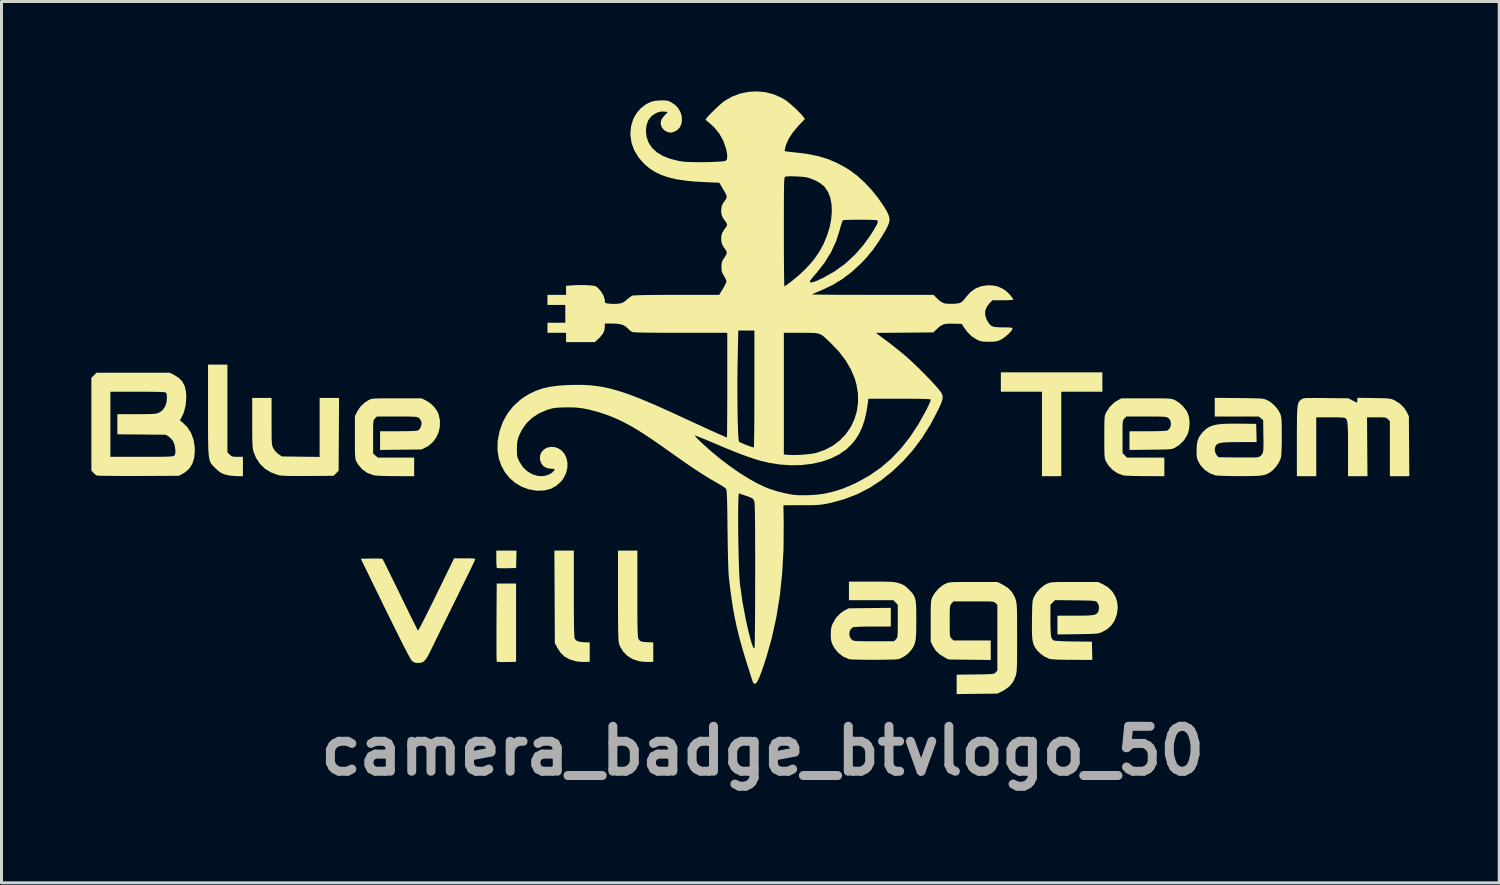
<source format=kicad_pcb>
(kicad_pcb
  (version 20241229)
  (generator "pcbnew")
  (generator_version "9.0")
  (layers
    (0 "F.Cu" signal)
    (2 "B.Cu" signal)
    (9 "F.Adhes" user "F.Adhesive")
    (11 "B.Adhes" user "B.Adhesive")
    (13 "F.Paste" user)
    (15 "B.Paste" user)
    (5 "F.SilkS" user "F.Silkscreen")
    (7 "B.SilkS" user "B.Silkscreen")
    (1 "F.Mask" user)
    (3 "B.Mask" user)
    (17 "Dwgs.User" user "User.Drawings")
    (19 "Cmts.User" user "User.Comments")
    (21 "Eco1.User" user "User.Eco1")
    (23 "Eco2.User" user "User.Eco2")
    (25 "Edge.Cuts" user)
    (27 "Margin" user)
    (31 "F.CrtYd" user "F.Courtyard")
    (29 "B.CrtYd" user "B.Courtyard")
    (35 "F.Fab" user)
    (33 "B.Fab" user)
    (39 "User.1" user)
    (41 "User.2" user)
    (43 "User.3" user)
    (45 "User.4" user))
  (footprint "camera_badge_btvlogo_50"
    (layer "F.Cu")
    (at 22.206 10.412)
    (property "Reference" "camera_badge_btvlogo_50" (at 0.2 11.6 0) (layer "F.Fab") (effects (font (size 1.5 1.5) (thickness 0.3))))
    (attr board_only exclude_from_pos_files exclude_from_bom)
    (fp_poly (pts (xy -8.024 5.205) (xy -8.031 5.496) (xy -8.343 5.504) (xy -8.465 5.505) (xy -8.568 5.503) (xy -8.641 5.499) (xy -8.673 5.493) (xy -8.673 5.493) (xy -8.68 5.461) (xy -8.686 5.389) (xy -8.69 5.288) (xy -8.691 5.195) (xy -8.691 4.914) (xy -8.354 4.914) (xy -8.017 4.914)) (stroke (width 0) (type solid)) (fill yes) (layer "F.SilkS"))
    (fp_poly (pts (xy 11.536 -0.711) (xy 11.536 -0.388) (xy 10.851 -0.388) (xy 10.165 -0.388) (xy 10.165 1.022) (xy 10.165 2.431) (xy 9.842 2.431) (xy 9.519 2.431) (xy 9.519 1.022) (xy 9.519 -0.388) (xy 8.833 -0.388) (xy 8.148 -0.388) (xy 8.148 -0.711) (xy 8.148 -1.035) (xy 9.842 -1.035) (xy 11.536 -1.035)) (stroke (width 0) (type solid)) (fill yes) (layer "F.SilkS"))
    (fp_poly (pts (xy -8.031 7.32) (xy -8.031 8.626) (xy -8.349 8.633) (xy -8.491 8.635) (xy -8.589 8.633) (xy -8.648 8.625) (xy -8.676 8.612) (xy -8.679 8.608) (xy -8.681 8.576) (xy -8.683 8.497) (xy -8.685 8.378) (xy -8.686 8.221) (xy -8.686 8.034) (xy -8.686 7.82) (xy -8.686 7.584) (xy -8.685 7.333) (xy -8.685 7.294) (xy -8.678 6.014) (xy -8.355 6.014) (xy -8.031 6.014)) (stroke (width 0) (type solid)) (fill yes) (layer "F.SilkS"))
    (fp_poly (pts (xy -6.104 6.349) (xy -6.104 6.701) (xy -6.103 7.003) (xy -6.1 7.257) (xy -6.097 7.463) (xy -6.093 7.624) (xy -6.088 7.741) (xy -6.082 7.815) (xy -6.076 7.846) (xy -6.037 7.903) (xy -5.976 7.941) (xy -5.883 7.963) (xy -5.755 7.973) (xy -5.574 7.98) (xy -5.574 8.303) (xy -5.574 8.626) (xy -5.742 8.631) (xy -5.86 8.628) (xy -5.983 8.616) (xy -6.053 8.604) (xy -6.254 8.541) (xy -6.417 8.449) (xy -6.549 8.322) (xy -6.649 8.169) (xy -6.738 8.005) (xy -6.745 6.46) (xy -6.753 4.914) (xy -6.429 4.914) (xy -6.104 4.914)) (stroke (width 0) (type solid)) (fill yes) (layer "F.SilkS"))
    (fp_poly (pts (xy -17.666 0.17) (xy -17.666 1.634) (xy -17.591 1.709) (xy -17.546 1.749) (xy -17.501 1.772) (xy -17.44 1.782) (xy -17.346 1.785) (xy -17.332 1.785) (xy -17.149 1.785) (xy -17.149 2.108) (xy -17.149 2.431) (xy -17.362 2.43) (xy -17.585 2.412) (xy -17.742 2.376) (xy -17.838 2.34) (xy -17.917 2.296) (xy -17.998 2.231) (xy -18.069 2.162) (xy -18.118 2.114) (xy -18.159 2.072) (xy -18.194 2.03) (xy -18.224 1.985) (xy -18.248 1.932) (xy -18.267 1.868) (xy -18.282 1.789) (xy -18.293 1.689) (xy -18.302 1.566) (xy -18.307 1.414) (xy -18.31 1.23) (xy -18.312 1.01) (xy -18.313 0.749) (xy -18.313 0.443) (xy -18.313 0.215) (xy -18.313 -1.293) (xy -17.99 -1.293) (xy -17.666 -1.293)) (stroke (width 0) (type solid)) (fill yes) (layer "F.SilkS"))
    (fp_poly (pts (xy -3.983 6.351) (xy -3.983 6.666) (xy -3.983 6.934) (xy -3.982 7.158) (xy -3.98 7.342) (xy -3.978 7.491) (xy -3.974 7.608) (xy -3.97 7.698) (xy -3.965 7.765) (xy -3.959 7.812) (xy -3.952 7.845) (xy -3.944 7.864) (xy -3.915 7.909) (xy -3.876 7.939) (xy -3.815 7.957) (xy -3.723 7.968) (xy -3.621 7.973) (xy -3.453 7.98) (xy -3.453 8.303) (xy -3.453 8.626) (xy -3.621 8.631) (xy -3.745 8.628) (xy -3.88 8.613) (xy -3.955 8.599) (xy -4.148 8.533) (xy -4.318 8.426) (xy -4.458 8.285) (xy -4.56 8.117) (xy -4.595 8.024) (xy -4.602 7.988) (xy -4.609 7.934) (xy -4.615 7.858) (xy -4.619 7.757) (xy -4.623 7.626) (xy -4.626 7.462) (xy -4.628 7.261) (xy -4.629 7.02) (xy -4.63 6.734) (xy -4.63 6.411) (xy -4.63 4.914) (xy -4.307 4.914) (xy -3.983 4.914)) (stroke (width 0) (type solid)) (fill yes) (layer "F.SilkS"))
    (fp_poly (pts (xy -16.192 0.602) (xy -16.192 0.825) (xy -16.191 1.002) (xy -16.19 1.139) (xy -16.187 1.244) (xy -16.182 1.322) (xy -16.175 1.38) (xy -16.166 1.423) (xy -16.154 1.459) (xy -16.138 1.492) (xy -16.134 1.501) (xy -16.066 1.599) (xy -15.975 1.685) (xy -15.963 1.694) (xy -15.851 1.772) (xy -15.22 1.78) (xy -14.588 1.788) (xy -14.588 0.803) (xy -14.588 -0.181) (xy -14.264 -0.181) (xy -13.94 -0.181) (xy -13.947 1.034) (xy -13.954 2.249) (xy -14.039 2.334) (xy -14.124 2.418) (xy -14.983 2.424) (xy -15.234 2.425) (xy -15.439 2.424) (xy -15.603 2.423) (xy -15.732 2.419) (xy -15.831 2.413) (xy -15.906 2.406) (xy -15.962 2.396) (xy -15.978 2.392) (xy -16.216 2.303) (xy -16.418 2.178) (xy -16.584 2.016) (xy -16.712 1.819) (xy -16.79 1.626) (xy -16.804 1.578) (xy -16.814 1.525) (xy -16.823 1.463) (xy -16.829 1.384) (xy -16.833 1.282) (xy -16.836 1.152) (xy -16.838 0.985) (xy -16.838 0.777) (xy -16.838 0.644) (xy -16.838 -0.181) (xy -16.515 -0.181) (xy -16.192 -0.181)) (stroke (width 0) (type solid)) (fill yes) (layer "F.SilkS"))
    (fp_poly (pts (xy -9.601 5.173) (xy -9.503 5.175) (xy -9.442 5.18) (xy -9.41 5.188) (xy -9.398 5.201) (xy -9.401 5.22) (xy -9.402 5.224) (xy -9.416 5.257) (xy -9.451 5.331) (xy -9.505 5.443) (xy -9.575 5.588) (xy -9.66 5.762) (xy -9.757 5.96) (xy -9.864 6.178) (xy -9.979 6.412) (xy -10.053 6.563) (xy -10.178 6.817) (xy -10.302 7.068) (xy -10.421 7.31) (xy -10.533 7.537) (xy -10.634 7.744) (xy -10.723 7.924) (xy -10.795 8.072) (xy -10.849 8.182) (xy -10.863 8.212) (xy -10.942 8.371) (xy -11.008 8.488) (xy -11.066 8.569) (xy -11.122 8.622) (xy -11.183 8.651) (xy -11.255 8.663) (xy -11.313 8.665) (xy -11.404 8.656) (xy -11.473 8.623) (xy -11.508 8.594) (xy -11.536 8.555) (xy -11.584 8.474) (xy -11.652 8.348) (xy -11.741 8.178) (xy -11.851 7.963) (xy -11.981 7.703) (xy -12.133 7.398) (xy -12.306 7.046) (xy -12.4 6.854) (xy -13.215 5.186) (xy -12.863 5.179) (xy -12.732 5.178) (xy -12.621 5.179) (xy -12.538 5.183) (xy -12.494 5.19) (xy -12.49 5.192) (xy -12.476 5.218) (xy -12.44 5.287) (xy -12.387 5.393) (xy -12.318 5.532) (xy -12.235 5.7) (xy -12.141 5.893) (xy -12.037 6.104) (xy -11.926 6.331) (xy -11.898 6.389) (xy -11.786 6.619) (xy -11.681 6.835) (xy -11.584 7.032) (xy -11.498 7.206) (xy -11.425 7.353) (xy -11.368 7.467) (xy -11.328 7.546) (xy -11.308 7.583) (xy -11.307 7.585) (xy -11.292 7.566) (xy -11.257 7.505) (xy -11.204 7.406) (xy -11.135 7.273) (xy -11.052 7.11) (xy -10.957 6.922) (xy -10.853 6.712) (xy -10.741 6.486) (xy -10.694 6.389) (xy -10.101 5.173) (xy -9.743 5.173)) (stroke (width 0) (type solid)) (fill yes) (layer "F.SilkS"))
    (fp_poly (pts (xy 20.595 -0.176) (xy 20.779 -0.173) (xy 20.918 -0.17) (xy 21.023 -0.165) (xy 21.101 -0.159) (xy 21.16 -0.149) (xy 21.209 -0.135) (xy 21.256 -0.116) (xy 21.291 -0.1) (xy 21.467 0.01) (xy 21.612 0.156) (xy 21.702 0.299) (xy 21.766 0.427) (xy 21.773 1.429) (xy 21.781 2.431) (xy 21.457 2.431) (xy 21.132 2.431) (xy 21.132 1.512) (xy 21.132 0.593) (xy 21.069 0.529) (xy 21.039 0.502) (xy 21.007 0.485) (xy 20.962 0.474) (xy 20.894 0.468) (xy 20.792 0.466) (xy 20.687 0.466) (xy 20.369 0.466) (xy 20.377 1.448) (xy 20.384 2.431) (xy 20.06 2.431) (xy 19.735 2.431) (xy 19.735 1.538) (xy 19.735 1.281) (xy 19.734 1.072) (xy 19.731 0.904) (xy 19.725 0.773) (xy 19.717 0.673) (xy 19.706 0.601) (xy 19.691 0.551) (xy 19.672 0.517) (xy 19.647 0.496) (xy 19.618 0.482) (xy 19.579 0.476) (xy 19.498 0.472) (xy 19.384 0.468) (xy 19.246 0.466) (xy 19.125 0.466) (xy 18.675 0.466) (xy 18.675 1.448) (xy 18.675 2.431) (xy 18.352 2.431) (xy 18.028 2.431) (xy 18.028 1.267) (xy 18.028 0.976) (xy 18.029 0.733) (xy 18.031 0.533) (xy 18.034 0.37) (xy 18.039 0.241) (xy 18.047 0.14) (xy 18.057 0.063) (xy 18.071 0.005) (xy 18.089 -0.038) (xy 18.111 -0.071) (xy 18.139 -0.098) (xy 18.171 -0.125) (xy 18.173 -0.126) (xy 18.195 -0.143) (xy 18.219 -0.156) (xy 18.251 -0.166) (xy 18.296 -0.172) (xy 18.361 -0.177) (xy 18.453 -0.179) (xy 18.576 -0.18) (xy 18.738 -0.179) (xy 18.944 -0.177) (xy 18.997 -0.176) (xy 19.748 -0.168) (xy 19.886 -0.097) (xy 19.961 -0.059) (xy 20.015 -0.033) (xy 20.035 -0.026) (xy 20.043 -0.048) (xy 20.046 -0.103) (xy 20.046 -0.105) (xy 20.046 -0.185)) (stroke (width 0) (type solid)) (fill yes) (layer "F.SilkS"))
    (fp_poly (pts (xy -11.039 -0.096) (xy -10.895 -0.004) (xy -10.767 0.118) (xy -10.667 0.256) (xy -10.617 0.365) (xy -10.573 0.569) (xy -10.575 0.772) (xy -10.618 0.968) (xy -10.7 1.147) (xy -10.817 1.303) (xy -10.967 1.426) (xy -11.039 1.466) (xy -11.187 1.539) (xy -11.879 1.547) (xy -12.571 1.555) (xy -12.571 1.243) (xy -12.571 0.931) (xy -11.961 0.931) (xy -11.743 0.93) (xy -11.565 0.926) (xy -11.429 0.92) (xy -11.339 0.912) (xy -11.299 0.903) (xy -11.243 0.848) (xy -11.203 0.763) (xy -11.187 0.669) (xy -11.191 0.622) (xy -11.223 0.547) (xy -11.271 0.491) (xy -11.294 0.475) (xy -11.322 0.463) (xy -11.361 0.454) (xy -11.419 0.448) (xy -11.501 0.444) (xy -11.614 0.441) (xy -11.765 0.44) (xy -11.96 0.44) (xy -12.006 0.44) (xy -12.676 0.44) (xy -12.74 0.503) (xy -12.761 0.525) (xy -12.777 0.548) (xy -12.788 0.58) (xy -12.795 0.628) (xy -12.8 0.698) (xy -12.802 0.798) (xy -12.803 0.936) (xy -12.803 1.118) (xy -12.803 1.122) (xy -12.803 1.677) (xy -12.724 1.744) (xy -12.644 1.811) (xy -12.038 1.811) (xy -11.433 1.811) (xy -11.433 2.121) (xy -11.433 2.431) (xy -12.06 2.43) (xy -12.307 2.427) (xy -12.508 2.422) (xy -12.662 2.414) (xy -12.768 2.403) (xy -12.805 2.396) (xy -13.003 2.318) (xy -13.17 2.199) (xy -13.305 2.039) (xy -13.354 1.956) (xy -13.371 1.922) (xy -13.384 1.888) (xy -13.394 1.845) (xy -13.401 1.789) (xy -13.406 1.712) (xy -13.409 1.607) (xy -13.411 1.469) (xy -13.411 1.29) (xy -13.411 1.138) (xy -13.411 0.427) (xy -13.339 0.28) (xy -13.228 0.111) (xy -13.076 -0.031) (xy -12.953 -0.109) (xy -12.921 -0.125) (xy -12.889 -0.138) (xy -12.851 -0.148) (xy -12.801 -0.156) (xy -12.733 -0.161) (xy -12.641 -0.165) (xy -12.519 -0.167) (xy -12.361 -0.168) (xy -12.161 -0.168) (xy -12.015 -0.168) (xy -11.187 -0.168)) (stroke (width 0) (type solid)) (fill yes) (layer "F.SilkS"))
    (fp_poly (pts (xy -19.445 -0.949) (xy -19.288 -0.85) (xy -19.171 -0.727) (xy -19.091 -0.575) (xy -19.048 -0.389) (xy -19.037 -0.208) (xy -19.058 0.062) (xy -19.119 0.301) (xy -19.184 0.444) (xy -19.252 0.568) (xy -19.177 0.627) (xy -19.009 0.789) (xy -18.883 0.98) (xy -18.799 1.201) (xy -18.758 1.452) (xy -18.753 1.587) (xy -18.773 1.814) (xy -18.833 2.008) (xy -18.933 2.169) (xy -19.073 2.297) (xy -19.144 2.341) (xy -19.283 2.418) (xy -20.628 2.424) (xy -20.888 2.424) (xy -21.134 2.424) (xy -21.36 2.423) (xy -21.561 2.421) (xy -21.733 2.419) (xy -21.869 2.416) (xy -21.966 2.413) (xy -22.018 2.409) (xy -22.025 2.407) (xy -22.077 2.373) (xy -22.136 2.321) (xy -22.141 2.316) (xy -22.206 2.246) (xy -22.206 0.697) (xy -22.206 -0.388) (xy -21.572 -0.388) (xy -21.572 0.698) (xy -21.572 1.785) (xy -20.526 1.785) (xy -20.264 1.785) (xy -20.049 1.784) (xy -19.876 1.783) (xy -19.74 1.781) (xy -19.636 1.777) (xy -19.56 1.773) (xy -19.507 1.767) (xy -19.472 1.76) (xy -19.449 1.751) (xy -19.437 1.741) (xy -19.412 1.702) (xy -19.402 1.642) (xy -19.404 1.547) (xy -19.404 1.541) (xy -19.434 1.368) (xy -19.497 1.232) (xy -19.595 1.13) (xy -19.615 1.116) (xy -19.719 1.048) (xy -20.529 1.04) (xy -21.339 1.033) (xy -21.339 0.697) (xy -21.339 0.362) (xy -20.699 0.362) (xy -20.496 0.361) (xy -20.338 0.359) (xy -20.218 0.356) (xy -20.128 0.352) (xy -20.062 0.344) (xy -20.012 0.334) (xy -19.971 0.321) (xy -19.953 0.313) (xy -19.834 0.232) (xy -19.748 0.113) (xy -19.698 -0.039) (xy -19.684 -0.193) (xy -19.689 -0.275) (xy -19.704 -0.338) (xy -19.715 -0.357) (xy -19.738 -0.366) (xy -19.792 -0.373) (xy -19.88 -0.379) (xy -20.005 -0.383) (xy -20.172 -0.386) (xy -20.382 -0.387) (xy -20.64 -0.388) (xy -20.659 -0.388) (xy -21.572 -0.388) (xy -22.206 -0.388) (xy -22.206 -0.853) (xy -22.121 -0.937) (xy -22.036 -1.022) (xy -20.815 -1.022) (xy -19.593 -1.022)) (stroke (width 0) (type solid)) (fill yes) (layer "F.SilkS"))
    (fp_poly (pts (xy 13.226 -0.168) (xy 13.41 -0.167) (xy 13.554 -0.166) (xy 13.665 -0.163) (xy 13.748 -0.159) (xy 13.811 -0.153) (xy 13.859 -0.144) (xy 13.898 -0.133) (xy 13.935 -0.118) (xy 13.96 -0.107) (xy 14.09 -0.027) (xy 14.217 0.087) (xy 14.325 0.219) (xy 14.388 0.331) (xy 14.433 0.482) (xy 14.447 0.657) (xy 14.433 0.839) (xy 14.389 1.008) (xy 14.37 1.054) (xy 14.263 1.23) (xy 14.115 1.379) (xy 13.964 1.479) (xy 13.928 1.497) (xy 13.892 1.511) (xy 13.85 1.522) (xy 13.793 1.53) (xy 13.716 1.535) (xy 13.612 1.54) (xy 13.474 1.543) (xy 13.296 1.545) (xy 13.146 1.547) (xy 12.441 1.555) (xy 12.441 1.243) (xy 12.441 0.931) (xy 13.051 0.931) (xy 13.252 0.93) (xy 13.423 0.927) (xy 13.559 0.921) (xy 13.656 0.915) (xy 13.706 0.906) (xy 13.71 0.905) (xy 13.781 0.84) (xy 13.82 0.75) (xy 13.825 0.65) (xy 13.796 0.556) (xy 13.743 0.493) (xy 13.72 0.476) (xy 13.693 0.464) (xy 13.655 0.455) (xy 13.6 0.448) (xy 13.521 0.444) (xy 13.412 0.441) (xy 13.267 0.44) (xy 13.078 0.44) (xy 13.006 0.44) (xy 12.335 0.44) (xy 12.272 0.508) (xy 12.251 0.532) (xy 12.235 0.557) (xy 12.224 0.591) (xy 12.216 0.64) (xy 12.212 0.712) (xy 12.209 0.815) (xy 12.209 0.956) (xy 12.209 1.118) (xy 12.209 1.659) (xy 12.284 1.735) (xy 12.36 1.811) (xy 12.983 1.811) (xy 13.605 1.811) (xy 13.605 2.121) (xy 13.605 2.431) (xy 12.965 2.429) (xy 12.782 2.427) (xy 12.612 2.424) (xy 12.462 2.419) (xy 12.342 2.414) (xy 12.258 2.408) (xy 12.228 2.403) (xy 12.044 2.334) (xy 11.878 2.222) (xy 11.741 2.076) (xy 11.661 1.945) (xy 11.643 1.907) (xy 11.629 1.869) (xy 11.618 1.826) (xy 11.611 1.769) (xy 11.606 1.693) (xy 11.603 1.59) (xy 11.601 1.453) (xy 11.601 1.277) (xy 11.601 1.125) (xy 11.601 0.916) (xy 11.602 0.752) (xy 11.604 0.627) (xy 11.607 0.533) (xy 11.613 0.463) (xy 11.621 0.411) (xy 11.632 0.37) (xy 11.647 0.334) (xy 11.66 0.307) (xy 11.779 0.122) (xy 11.929 -0.025) (xy 12.031 -0.091) (xy 12.17 -0.168) (xy 12.997 -0.168)) (stroke (width 0) (type solid)) (fill yes) (layer "F.SilkS"))
    (fp_poly (pts (xy 4.045 5.949) (xy 4.221 5.95) (xy 4.358 5.953) (xy 4.465 5.957) (xy 4.548 5.962) (xy 4.614 5.971) (xy 4.671 5.982) (xy 4.725 5.996) (xy 4.749 6.003) (xy 4.846 6.038) (xy 4.924 6.079) (xy 5 6.138) (xy 5.085 6.218) (xy 5.154 6.29) (xy 5.208 6.355) (xy 5.25 6.422) (xy 5.281 6.497) (xy 5.302 6.588) (xy 5.316 6.702) (xy 5.323 6.846) (xy 5.326 7.026) (xy 5.326 7.251) (xy 5.326 7.266) (xy 5.325 7.484) (xy 5.321 7.658) (xy 5.314 7.796) (xy 5.301 7.905) (xy 5.282 7.993) (xy 5.255 8.068) (xy 5.22 8.138) (xy 5.173 8.21) (xy 5.154 8.237) (xy 5.052 8.35) (xy 4.92 8.449) (xy 4.781 8.52) (xy 4.734 8.536) (xy 4.685 8.542) (xy 4.592 8.548) (xy 4.464 8.552) (xy 4.309 8.555) (xy 4.136 8.558) (xy 3.953 8.559) (xy 3.768 8.559) (xy 3.589 8.557) (xy 3.424 8.555) (xy 3.282 8.551) (xy 3.171 8.547) (xy 3.098 8.541) (xy 3.078 8.537) (xy 2.887 8.453) (xy 2.722 8.326) (xy 2.59 8.165) (xy 2.538 8.07) (xy 2.503 7.985) (xy 2.482 7.906) (xy 2.473 7.81) (xy 2.472 7.708) (xy 2.476 7.584) (xy 2.488 7.49) (xy 2.513 7.406) (xy 2.544 7.333) (xy 2.656 7.146) (xy 2.804 6.997) (xy 2.936 6.91) (xy 3.065 6.841) (xy 3.77 6.833) (xy 4.475 6.825) (xy 4.475 7.137) (xy 4.475 7.449) (xy 3.865 7.449) (xy 3.664 7.45) (xy 3.493 7.454) (xy 3.357 7.459) (xy 3.26 7.466) (xy 3.21 7.474) (xy 3.206 7.476) (xy 3.135 7.54) (xy 3.097 7.63) (xy 3.091 7.73) (xy 3.12 7.824) (xy 3.173 7.888) (xy 3.196 7.904) (xy 3.223 7.916) (xy 3.261 7.926) (xy 3.316 7.932) (xy 3.395 7.937) (xy 3.504 7.939) (xy 3.649 7.94) (xy 3.838 7.941) (xy 3.91 7.941) (xy 4.581 7.941) (xy 4.644 7.877) (xy 4.665 7.855) (xy 4.681 7.832) (xy 4.692 7.8) (xy 4.7 7.752) (xy 4.704 7.681) (xy 4.707 7.579) (xy 4.707 7.441) (xy 4.708 7.267) (xy 4.708 6.721) (xy 4.632 6.645) (xy 4.556 6.57) (xy 3.817 6.57) (xy 3.078 6.57) (xy 3.078 6.259) (xy 3.078 5.949) (xy 3.825 5.949)) (stroke (width 0) (type solid)) (fill yes) (layer "F.SilkS"))
    (fp_poly (pts (xy 11.555 6.037) (xy 11.732 6.144) (xy 11.871 6.284) (xy 11.972 6.449) (xy 12.032 6.633) (xy 12.049 6.83) (xy 12.022 7.033) (xy 11.949 7.236) (xy 11.929 7.276) (xy 11.825 7.425) (xy 11.684 7.546) (xy 11.537 7.627) (xy 11.492 7.647) (xy 11.45 7.663) (xy 11.404 7.675) (xy 11.346 7.684) (xy 11.27 7.69) (xy 11.167 7.695) (xy 11.033 7.698) (xy 10.858 7.701) (xy 10.715 7.704) (xy 10.036 7.714) (xy 10.036 7.4) (xy 10.036 7.087) (xy 10.619 7.087) (xy 10.833 7.086) (xy 11.003 7.083) (xy 11.132 7.076) (xy 11.229 7.064) (xy 11.298 7.046) (xy 11.345 7.021) (xy 11.378 6.987) (xy 11.402 6.944) (xy 11.405 6.936) (xy 11.426 6.833) (xy 11.411 6.728) (xy 11.364 6.644) (xy 11.352 6.632) (xy 11.332 6.617) (xy 11.304 6.605) (xy 11.263 6.596) (xy 11.202 6.589) (xy 11.115 6.584) (xy 10.995 6.581) (xy 10.836 6.578) (xy 10.632 6.575) (xy 10.627 6.575) (xy 9.957 6.567) (xy 9.88 6.644) (xy 9.803 6.721) (xy 9.803 7.239) (xy 9.804 7.436) (xy 9.808 7.588) (xy 9.815 7.702) (xy 9.827 7.784) (xy 9.845 7.841) (xy 9.87 7.879) (xy 9.903 7.905) (xy 9.916 7.912) (xy 9.962 7.923) (xy 10.057 7.931) (xy 10.197 7.939) (xy 10.378 7.944) (xy 10.579 7.947) (xy 11.187 7.954) (xy 11.194 8.258) (xy 11.201 8.562) (xy 10.535 8.56) (xy 10.291 8.558) (xy 10.097 8.554) (xy 9.947 8.548) (xy 9.84 8.539) (xy 9.771 8.528) (xy 9.762 8.525) (xy 9.616 8.459) (xy 9.474 8.36) (xy 9.356 8.241) (xy 9.339 8.219) (xy 9.292 8.151) (xy 9.255 8.082) (xy 9.227 8.007) (xy 9.207 7.917) (xy 9.194 7.807) (xy 9.187 7.668) (xy 9.185 7.494) (xy 9.186 7.277) (xy 9.187 7.209) (xy 9.19 7.011) (xy 9.193 6.857) (xy 9.197 6.739) (xy 9.203 6.652) (xy 9.211 6.587) (xy 9.223 6.536) (xy 9.237 6.494) (xy 9.252 6.461) (xy 9.334 6.324) (xy 9.447 6.193) (xy 9.576 6.085) (xy 9.681 6.023) (xy 9.721 6.006) (xy 9.759 5.992) (xy 9.802 5.982) (xy 9.856 5.974) (xy 9.928 5.969) (xy 10.024 5.965) (xy 10.15 5.963) (xy 10.313 5.962) (xy 10.519 5.962) (xy 10.605 5.962) (xy 11.394 5.962)) (stroke (width 0) (type solid)) (fill yes) (layer "F.SilkS"))
    (fp_poly (pts (xy 16.095 -0.176) (xy 16.321 -0.174) (xy 16.502 -0.171) (xy 16.644 -0.168) (xy 16.753 -0.164) (xy 16.835 -0.159) (xy 16.897 -0.152) (xy 16.944 -0.142) (xy 16.984 -0.13) (xy 17.023 -0.114) (xy 17.038 -0.107) (xy 17.167 -0.029) (xy 17.292 0.083) (xy 17.398 0.212) (xy 17.471 0.342) (xy 17.474 0.349) (xy 17.49 0.396) (xy 17.502 0.446) (xy 17.511 0.508) (xy 17.517 0.589) (xy 17.521 0.697) (xy 17.523 0.839) (xy 17.524 1.022) (xy 17.524 1.099) (xy 17.523 1.341) (xy 17.518 1.532) (xy 17.511 1.678) (xy 17.501 1.778) (xy 17.491 1.828) (xy 17.429 1.97) (xy 17.334 2.112) (xy 17.222 2.234) (xy 17.18 2.268) (xy 17.117 2.313) (xy 17.054 2.349) (xy 16.985 2.377) (xy 16.904 2.398) (xy 16.803 2.413) (xy 16.677 2.422) (xy 16.518 2.427) (xy 16.321 2.429) (xy 16.103 2.429) (xy 15.913 2.427) (xy 15.734 2.424) (xy 15.576 2.42) (xy 15.447 2.415) (xy 15.353 2.409) (xy 15.306 2.403) (xy 15.122 2.334) (xy 14.956 2.222) (xy 14.819 2.076) (xy 14.739 1.945) (xy 14.71 1.878) (xy 14.692 1.811) (xy 14.683 1.727) (xy 14.68 1.612) (xy 14.68 1.565) (xy 14.688 1.388) (xy 14.714 1.246) (xy 14.764 1.126) (xy 14.842 1.012) (xy 14.896 0.95) (xy 14.974 0.874) (xy 15.057 0.812) (xy 15.15 0.764) (xy 15.261 0.728) (xy 15.396 0.702) (xy 15.56 0.686) (xy 15.76 0.679) (xy 16.003 0.677) (xy 16.128 0.678) (xy 16.67 0.685) (xy 16.678 0.989) (xy 16.685 1.293) (xy 16.122 1.293) (xy 15.902 1.295) (xy 15.728 1.299) (xy 15.594 1.307) (xy 15.493 1.319) (xy 15.42 1.337) (xy 15.37 1.361) (xy 15.335 1.392) (xy 15.326 1.404) (xy 15.29 1.495) (xy 15.292 1.601) (xy 15.329 1.699) (xy 15.349 1.725) (xy 15.411 1.798) (xy 16.028 1.806) (xy 16.206 1.807) (xy 16.372 1.807) (xy 16.516 1.806) (xy 16.63 1.804) (xy 16.706 1.8) (xy 16.73 1.798) (xy 16.816 1.759) (xy 16.866 1.699) (xy 16.884 1.668) (xy 16.896 1.632) (xy 16.905 1.584) (xy 16.91 1.517) (xy 16.913 1.423) (xy 16.913 1.293) (xy 16.911 1.12) (xy 16.91 1.091) (xy 16.903 0.564) (xy 16.831 0.502) (xy 16.758 0.44) (xy 16.022 0.44) (xy 15.287 0.44) (xy 15.287 0.128) (xy 15.287 -0.184)) (stroke (width 0) (type solid)) (fill yes) (layer "F.SilkS"))
    (fp_poly (pts (xy 8.205 6.047) (xy 8.384 6.159) (xy 8.519 6.297) (xy 8.614 6.466) (xy 8.639 6.538) (xy 8.652 6.581) (xy 8.662 6.626) (xy 8.67 6.677) (xy 8.677 6.741) (xy 8.682 6.821) (xy 8.686 6.924) (xy 8.688 7.055) (xy 8.69 7.219) (xy 8.69 7.421) (xy 8.691 7.667) (xy 8.691 7.824) (xy 8.691 8.097) (xy 8.69 8.322) (xy 8.689 8.507) (xy 8.687 8.655) (xy 8.684 8.773) (xy 8.68 8.866) (xy 8.674 8.938) (xy 8.667 8.996) (xy 8.658 9.043) (xy 8.646 9.087) (xy 8.639 9.111) (xy 8.559 9.292) (xy 8.44 9.441) (xy 8.277 9.563) (xy 8.205 9.602) (xy 8.033 9.687) (xy 7.353 9.695) (xy 6.673 9.703) (xy 6.673 9.379) (xy 6.673 9.056) (xy 7.293 9.048) (xy 7.488 9.045) (xy 7.638 9.042) (xy 7.75 9.039) (xy 7.83 9.034) (xy 7.885 9.027) (xy 7.921 9.017) (xy 7.947 9.004) (xy 7.967 8.987) (xy 7.972 8.981) (xy 8.031 8.922) (xy 8.031 7.824) (xy 8.031 6.726) (xy 7.972 6.668) (xy 7.953 6.65) (xy 7.932 6.636) (xy 7.902 6.626) (xy 7.856 6.618) (xy 7.789 6.613) (xy 7.694 6.611) (xy 7.565 6.609) (xy 7.396 6.609) (xy 7.239 6.609) (xy 6.565 6.609) (xy 6.503 6.681) (xy 6.482 6.707) (xy 6.466 6.735) (xy 6.455 6.771) (xy 6.448 6.824) (xy 6.443 6.9) (xy 6.441 7.009) (xy 6.441 7.156) (xy 6.441 7.271) (xy 6.441 7.447) (xy 6.442 7.578) (xy 6.444 7.673) (xy 6.45 7.739) (xy 6.458 7.782) (xy 6.471 7.812) (xy 6.488 7.835) (xy 6.504 7.851) (xy 6.568 7.915) (xy 7.189 7.915) (xy 7.811 7.915) (xy 7.811 8.24) (xy 7.811 8.565) (xy 7.107 8.557) (xy 6.402 8.549) (xy 6.267 8.477) (xy 6.104 8.376) (xy 5.983 8.262) (xy 5.891 8.124) (xy 5.879 8.101) (xy 5.807 7.954) (xy 5.807 7.268) (xy 5.807 7.061) (xy 5.808 6.898) (xy 5.81 6.773) (xy 5.814 6.68) (xy 5.82 6.61) (xy 5.829 6.558) (xy 5.841 6.515) (xy 5.856 6.477) (xy 5.863 6.461) (xy 5.946 6.324) (xy 6.059 6.193) (xy 6.187 6.085) (xy 6.293 6.023) (xy 6.332 6.006) (xy 6.37 5.992) (xy 6.412 5.982) (xy 6.466 5.974) (xy 6.537 5.969) (xy 6.632 5.965) (xy 6.757 5.963) (xy 6.918 5.962) (xy 7.122 5.962) (xy 7.23 5.962) (xy 8.032 5.962)) (stroke (width 0) (type solid)) (fill yes) (layer "F.SilkS"))
    (fp_poly (pts (xy 0.296 -10.384) (xy 0.572 -10.312) (xy 0.832 -10.197) (xy 0.973 -10.111) (xy 1.065 -10.04) (xy 1.175 -9.947) (xy 1.291 -9.842) (xy 1.4 -9.735) (xy 1.493 -9.639) (xy 1.556 -9.563) (xy 1.556 -9.563) (xy 1.608 -9.491) (xy 1.392 -9.264) (xy 1.211 -9.051) (xy 1.072 -8.839) (xy 0.979 -8.632) (xy 0.956 -8.554) (xy 0.94 -8.48) (xy 0.934 -8.43) (xy 0.936 -8.418) (xy 0.965 -8.412) (xy 1.036 -8.402) (xy 1.14 -8.389) (xy 1.269 -8.375) (xy 1.347 -8.368) (xy 1.724 -8.319) (xy 2.063 -8.249) (xy 2.375 -8.153) (xy 2.671 -8.028) (xy 2.962 -7.87) (xy 3.125 -7.767) (xy 3.361 -7.591) (xy 3.599 -7.374) (xy 3.831 -7.127) (xy 4.047 -6.861) (xy 4.237 -6.586) (xy 4.318 -6.451) (xy 4.383 -6.328) (xy 4.422 -6.225) (xy 4.434 -6.131) (xy 4.419 -6.033) (xy 4.376 -5.921) (xy 4.304 -5.782) (xy 4.27 -5.722) (xy 4.075 -5.404) (xy 3.877 -5.123) (xy 3.665 -4.867) (xy 3.478 -4.669) (xy 3.179 -4.393) (xy 2.877 -4.161) (xy 2.559 -3.965) (xy 2.215 -3.798) (xy 2.13 -3.762) (xy 2.02 -3.717) (xy 1.929 -3.678) (xy 1.866 -3.649) (xy 1.843 -3.636) (xy 1.866 -3.634) (xy 1.937 -3.632) (xy 2.051 -3.63) (xy 2.206 -3.628) (xy 2.397 -3.626) (xy 2.621 -3.624) (xy 2.873 -3.623) (xy 3.149 -3.622) (xy 3.447 -3.622) (xy 3.761 -3.621) (xy 3.865 -3.621) (xy 5.903 -3.621) (xy 6.021 -3.502) (xy 6.11 -3.419) (xy 6.192 -3.365) (xy 6.281 -3.334) (xy 6.392 -3.322) (xy 6.536 -3.322) (xy 6.666 -3.329) (xy 6.759 -3.344) (xy 6.83 -3.375) (xy 6.892 -3.429) (xy 6.96 -3.512) (xy 6.979 -3.537) (xy 7.131 -3.708) (xy 7.298 -3.831) (xy 7.483 -3.907) (xy 7.689 -3.938) (xy 7.731 -3.939) (xy 7.903 -3.931) (xy 8.048 -3.899) (xy 8.185 -3.839) (xy 8.259 -3.795) (xy 8.33 -3.743) (xy 8.405 -3.672) (xy 8.476 -3.596) (xy 8.531 -3.526) (xy 8.56 -3.473) (xy 8.562 -3.462) (xy 8.537 -3.454) (xy 8.471 -3.447) (xy 8.371 -3.443) (xy 8.249 -3.44) (xy 8.214 -3.44) (xy 7.867 -3.44) (xy 7.787 -3.36) (xy 7.681 -3.227) (xy 7.627 -3.09) (xy 7.624 -2.947) (xy 7.673 -2.798) (xy 7.709 -2.731) (xy 7.758 -2.658) (xy 7.807 -2.605) (xy 7.868 -2.57) (xy 7.949 -2.549) (xy 8.059 -2.539) (xy 8.209 -2.535) (xy 8.258 -2.535) (xy 8.383 -2.534) (xy 8.465 -2.53) (xy 8.512 -2.521) (xy 8.532 -2.508) (xy 8.536 -2.495) (xy 8.516 -2.446) (xy 8.463 -2.378) (xy 8.387 -2.301) (xy 8.299 -2.226) (xy 8.209 -2.161) (xy 8.151 -2.128) (xy 8.076 -2.094) (xy 8.009 -2.073) (xy 7.933 -2.061) (xy 7.832 -2.057) (xy 7.747 -2.056) (xy 7.621 -2.058) (xy 7.53 -2.065) (xy 7.459 -2.079) (xy 7.392 -2.105) (xy 7.346 -2.126) (xy 7.171 -2.24) (xy 7.013 -2.401) (xy 6.924 -2.525) (xy 6.841 -2.651) (xy 6.563 -2.659) (xy 6.413 -2.66) (xy 6.3 -2.65) (xy 6.212 -2.626) (xy 6.133 -2.583) (xy 6.051 -2.516) (xy 6.006 -2.474) (xy 5.895 -2.367) (xy 4.937 -2.359) (xy 3.978 -2.352) (xy 4.336 -2.085) (xy 4.484 -1.972) (xy 4.644 -1.846) (xy 4.801 -1.72) (xy 4.938 -1.606) (xy 4.979 -1.571) (xy 5.117 -1.448) (xy 5.274 -1.3) (xy 5.441 -1.138) (xy 5.61 -0.97) (xy 5.77 -0.805) (xy 5.914 -0.652) (xy 6.032 -0.52) (xy 6.073 -0.471) (xy 6.142 -0.382) (xy 6.186 -0.306) (xy 6.206 -0.231) (xy 6.201 -0.148) (xy 6.172 -0.046) (xy 6.118 0.084) (xy 6.067 0.194) (xy 5.809 0.69) (xy 5.519 1.153) (xy 5.2 1.577) (xy 4.89 1.924) (xy 4.524 2.272) (xy 4.15 2.571) (xy 3.765 2.822) (xy 3.363 3.029) (xy 2.943 3.192) (xy 2.499 3.315) (xy 2.434 3.33) (xy 2.324 3.352) (xy 2.228 3.369) (xy 2.136 3.382) (xy 2.037 3.39) (xy 1.922 3.396) (xy 1.779 3.398) (xy 1.601 3.4) (xy 1.5 3.4) (xy 0.892 3.401) (xy 0.901 4.061) (xy 0.894 4.881) (xy 0.85 5.666) (xy 0.771 6.418) (xy 0.655 7.14) (xy 0.502 7.835) (xy 0.327 8.458) (xy 0.238 8.733) (xy 0.16 8.957) (xy 0.093 9.131) (xy 0.035 9.256) (xy -0.012 9.332) (xy -0.048 9.359) (xy -0.099 9.348) (xy -0.128 9.302) (xy -0.143 9.259) (xy -0.171 9.175) (xy -0.209 9.057) (xy -0.254 8.913) (xy -0.306 8.752) (xy -0.335 8.66) (xy -0.463 8.239) (xy -0.572 7.849) (xy -0.664 7.477) (xy -0.742 7.11) (xy -0.808 6.734) (xy -0.866 6.337) (xy -0.918 5.905) (xy -0.933 5.768) (xy -0.939 5.687) (xy -0.945 5.561) (xy -0.951 5.396) (xy -0.957 5.199) (xy -0.962 4.975) (xy -0.967 4.731) (xy -0.971 4.474) (xy -0.975 4.209) (xy -0.975 4.203) (xy -0.977 3.941) (xy -0.62 3.941) (xy -0.619 4.174) (xy -0.617 4.415) (xy -0.613 4.66) (xy -0.608 4.902) (xy -0.603 5.137) (xy -0.596 5.36) (xy -0.589 5.564) (xy -0.58 5.744) (xy -0.571 5.895) (xy -0.561 6.012) (xy -0.558 6.04) (xy -0.473 6.638) (xy -0.364 7.219) (xy -0.286 7.566) (xy -0.231 7.783) (xy -0.185 7.951) (xy -0.147 8.071) (xy -0.116 8.146) (xy -0.091 8.177) (xy -0.074 8.169) (xy -0.071 8.139) (xy -0.068 8.06) (xy -0.065 7.938) (xy -0.063 7.774) (xy -0.06 7.573) (xy -0.058 7.339) (xy -0.056 7.076) (xy -0.055 6.786) (xy -0.053 6.473) (xy -0.053 6.142) (xy -0.052 5.796) (xy -0.052 5.735) (xy -0.052 5.315) (xy -0.052 4.945) (xy -0.053 4.62) (xy -0.054 4.338) (xy -0.055 4.096) (xy -0.057 3.891) (xy -0.06 3.721) (xy -0.062 3.582) (xy -0.066 3.471) (xy -0.07 3.386) (xy -0.074 3.324) (xy -0.079 3.281) (xy -0.085 3.255) (xy -0.087 3.251) (xy -0.11 3.208) (xy -0.144 3.175) (xy -0.2 3.144) (xy -0.291 3.109) (xy -0.339 3.092) (xy -0.441 3.058) (xy -0.525 3.028) (xy -0.58 3.009) (xy -0.591 3.005) (xy -0.6 3.027) (xy -0.607 3.095) (xy -0.612 3.204) (xy -0.616 3.348) (xy -0.619 3.523) (xy -0.62 3.722) (xy -0.62 3.941) (xy -0.977 3.941) (xy -0.978 3.896) (xy -0.981 3.637) (xy -0.985 3.423) (xy -0.989 3.249) (xy -0.994 3.112) (xy -0.999 3.008) (xy -1.005 2.934) (xy -1.012 2.885) (xy -1.021 2.858) (xy -1.022 2.856) (xy -1.057 2.823) (xy -1.129 2.772) (xy -1.225 2.712) (xy -1.336 2.649) (xy -1.554 2.523) (xy -1.807 2.366) (xy -2.095 2.178) (xy -2.412 1.962) (xy -2.757 1.72) (xy -2.871 1.639) (xy -3.208 1.4) (xy -3.51 1.192) (xy -3.687 1.074) (xy -2.066 1.074) (xy -2.054 1.097) (xy -2.011 1.146) (xy -1.944 1.215) (xy -1.874 1.283) (xy -1.56 1.568) (xy -1.236 1.837) (xy -0.91 2.086) (xy -0.587 2.312) (xy -0.272 2.51) (xy 0.027 2.676) (xy 0.305 2.805) (xy 0.433 2.855) (xy 0.665 2.929) (xy 0.906 2.993) (xy 1.134 3.039) (xy 1.206 3.05) (xy 1.371 3.065) (xy 1.569 3.068) (xy 1.785 3.062) (xy 2.001 3.047) (xy 2.201 3.023) (xy 2.32 3.002) (xy 2.61 2.932) (xy 2.894 2.838) (xy 3.188 2.715) (xy 3.35 2.638) (xy 3.755 2.414) (xy 4.132 2.153) (xy 4.482 1.853) (xy 4.808 1.513) (xy 5.111 1.13) (xy 5.393 0.702) (xy 5.657 0.228) (xy 5.668 0.206) (xy 5.725 0.09) (xy 5.769 -0.009) (xy 5.799 -0.084) (xy 5.808 -0.125) (xy 5.807 -0.128) (xy 5.776 -0.136) (xy 5.693 -0.143) (xy 5.559 -0.148) (xy 5.373 -0.152) (xy 5.135 -0.154) (xy 4.845 -0.155) (xy 4.759 -0.155) (xy 3.728 -0.155) (xy 3.712 -0.032) (xy 3.662 0.288) (xy 3.597 0.567) (xy 3.514 0.81) (xy 3.411 1.025) (xy 3.285 1.222) (xy 3.184 1.348) (xy 2.984 1.542) (xy 2.745 1.706) (xy 2.473 1.841) (xy 2.171 1.945) (xy 1.845 2.019) (xy 1.499 2.059) (xy 1.138 2.067) (xy 0.767 2.041) (xy 0.391 1.98) (xy 0.111 1.912) (xy -0.082 1.853) (xy -0.294 1.782) (xy -0.507 1.704) (xy 0.905 1.704) (xy 1.015 1.716) (xy 1.154 1.724) (xy 1.323 1.723) (xy 1.505 1.716) (xy 1.685 1.701) (xy 1.847 1.681) (xy 1.974 1.657) (xy 1.977 1.656) (xy 2.272 1.555) (xy 2.538 1.415) (xy 2.771 1.239) (xy 2.97 1.032) (xy 3.133 0.798) (xy 3.257 0.541) (xy 3.341 0.265) (xy 3.382 -0.027) (xy 3.378 -0.328) (xy 3.327 -0.637) (xy 3.272 -0.828) (xy 3.143 -1.135) (xy 2.969 -1.432) (xy 2.747 -1.722) (xy 2.476 -2.008) (xy 2.438 -2.044) (xy 2.337 -2.14) (xy 2.257 -2.213) (xy 2.188 -2.268) (xy 2.122 -2.306) (xy 2.049 -2.331) (xy 1.963 -2.345) (xy 1.852 -2.352) (xy 1.71 -2.354) (xy 1.526 -2.354) (xy 1.481 -2.354) (xy 0.905 -2.354) (xy 0.905 -0.325) (xy 0.905 1.704) (xy -0.507 1.704) (xy -0.531 1.696) (xy -0.797 1.592) (xy -1.098 1.468) (xy -1.44 1.324) (xy -1.446 1.321) (xy -1.611 1.251) (xy -1.76 1.189) (xy -1.886 1.138) (xy -1.984 1.1) (xy -2.046 1.078) (xy -2.066 1.074) (xy -3.687 1.074) (xy -3.783 1.011) (xy -4.032 0.855) (xy -4.263 0.722) (xy -4.481 0.607) (xy -4.69 0.509) (xy -4.896 0.424) (xy -5.104 0.349) (xy -5.32 0.282) (xy -5.343 0.276) (xy -5.595 0.209) (xy -5.819 0.165) (xy -6.034 0.14) (xy -6.259 0.132) (xy -6.443 0.135) (xy -6.602 0.142) (xy -6.724 0.153) (xy -6.825 0.17) (xy -6.921 0.194) (xy -6.996 0.218) (xy -7.265 0.333) (xy -7.495 0.483) (xy -7.687 0.668) (xy -7.841 0.887) (xy -7.941 1.099) (xy -7.972 1.193) (xy -7.991 1.289) (xy -8.001 1.405) (xy -8.003 1.514) (xy -8.003 1.636) (xy -7.998 1.724) (xy -7.985 1.793) (xy -7.96 1.861) (xy -7.921 1.945) (xy -7.92 1.946) (xy -7.81 2.119) (xy -7.668 2.259) (xy -7.503 2.361) (xy -7.321 2.419) (xy -7.189 2.431) (xy -7.044 2.414) (xy -6.913 2.367) (xy -6.808 2.296) (xy -6.751 2.224) (xy -6.746 2.2) (xy -6.77 2.188) (xy -6.833 2.183) (xy -6.867 2.182) (xy -7.007 2.16) (xy -7.116 2.098) (xy -7.194 1.995) (xy -7.2 1.982) (xy -7.238 1.853) (xy -7.23 1.733) (xy -7.184 1.627) (xy -7.106 1.542) (xy -7.003 1.481) (xy -6.881 1.452) (xy -6.746 1.46) (xy -6.633 1.497) (xy -6.503 1.582) (xy -6.406 1.7) (xy -6.344 1.842) (xy -6.316 2.001) (xy -6.323 2.168) (xy -6.367 2.337) (xy -6.447 2.498) (xy -6.534 2.613) (xy -6.697 2.757) (xy -6.881 2.856) (xy -7.09 2.908) (xy -7.322 2.916) (xy -7.346 2.914) (xy -7.609 2.87) (xy -7.849 2.781) (xy -8.065 2.652) (xy -8.252 2.488) (xy -8.408 2.293) (xy -8.529 2.07) (xy -8.611 1.825) (xy -8.652 1.561) (xy -8.648 1.282) (xy -8.643 1.237) (xy -8.579 0.915) (xy -8.47 0.615) (xy -8.319 0.341) (xy -8.126 0.096) (xy -7.893 -0.117) (xy -7.775 -0.202) (xy -7.573 -0.325) (xy -7.366 -0.422) (xy -7.147 -0.497) (xy -6.907 -0.552) (xy -6.637 -0.589) (xy -6.327 -0.61) (xy -6.228 -0.613) (xy -5.994 -0.617) (xy -5.771 -0.614) (xy -5.557 -0.602) (xy -5.347 -0.579) (xy -5.136 -0.546) (xy -4.92 -0.5) (xy -4.694 -0.44) (xy -4.454 -0.365) (xy -4.195 -0.274) (xy -3.913 -0.165) (xy -3.603 -0.036) (xy -3.261 0.112) (xy -2.883 0.283) (xy -2.463 0.476) (xy -2.457 0.479) (xy -2.211 0.593) (xy -1.975 0.701) (xy -1.755 0.802) (xy -1.554 0.894) (xy -1.377 0.974) (xy -1.228 1.04) (xy -1.112 1.091) (xy -1.033 1.124) (xy -0.997 1.138) (xy -0.995 1.138) (xy -0.993 1.113) (xy -0.991 1.04) (xy -0.989 0.924) (xy -0.988 0.769) (xy -0.986 0.579) (xy -0.985 0.359) (xy -0.984 0.112) (xy -0.983 -0.158) (xy -0.983 -0.436) (xy -0.645 -0.436) (xy -0.644 -0.158) (xy -0.642 0.109) (xy -0.638 0.361) (xy -0.634 0.592) (xy -0.628 0.798) (xy -0.621 0.974) (xy -0.613 1.115) (xy -0.604 1.216) (xy -0.595 1.272) (xy -0.59 1.282) (xy -0.555 1.302) (xy -0.485 1.333) (xy -0.394 1.371) (xy -0.295 1.409) (xy -0.203 1.442) (xy -0.131 1.465) (xy -0.097 1.473) (xy -0.094 1.448) (xy -0.091 1.375) (xy -0.088 1.259) (xy -0.086 1.102) (xy -0.083 0.91) (xy -0.081 0.686) (xy -0.08 0.435) (xy -0.079 0.159) (xy -0.078 -0.136) (xy -0.078 -0.448) (xy -0.078 -0.479) (xy -0.078 -2.431) (xy -0.346 -2.431) (xy -0.615 -2.431) (xy -0.634 -1.558) (xy -0.639 -1.286) (xy -0.643 -1.005) (xy -0.645 -0.72) (xy -0.645 -0.436) (xy -0.983 -0.436) (xy -0.983 -0.445) (xy -0.983 -0.608) (xy -0.983 -2.354) (xy -2.533 -2.354) (xy -2.876 -2.354) (xy -3.184 -2.355) (xy -3.453 -2.358) (xy -3.682 -2.36) (xy -3.869 -2.364) (xy -4.01 -2.368) (xy -4.105 -2.374) (xy -4.15 -2.379) (xy -4.151 -2.38) (xy -4.214 -2.417) (xy -4.278 -2.475) (xy -4.283 -2.481) (xy -4.371 -2.564) (xy -4.478 -2.62) (xy -4.613 -2.652) (xy -4.785 -2.664) (xy -4.819 -2.664) (xy -5.07 -2.664) (xy -5.07 -2.56) (xy -5.084 -2.438) (xy -5.132 -2.328) (xy -5.219 -2.219) (xy -5.272 -2.166) (xy -5.404 -2.043) (xy -5.883 -2.043) (xy -6.363 -2.043) (xy -6.363 -2.199) (xy -6.363 -2.354) (xy -6.673 -2.354) (xy -6.984 -2.354) (xy -6.984 -2.522) (xy -6.984 -2.69) (xy -6.686 -2.69) (xy -6.389 -2.69) (xy -6.389 -2.987) (xy -6.389 -3.285) (xy -6.686 -3.285) (xy -6.984 -3.285) (xy -6.984 -3.453) (xy -6.984 -3.621) (xy -6.673 -3.621) (xy -6.363 -3.621) (xy -6.363 -3.773) (xy -6.363 -3.924) (xy -6.106 -3.942) (xy -5.959 -3.948) (xy -5.795 -3.949) (xy -5.645 -3.944) (xy -5.611 -3.942) (xy -5.497 -3.932) (xy -5.422 -3.921) (xy -5.369 -3.904) (xy -5.326 -3.875) (xy -5.278 -3.829) (xy -5.27 -3.822) (xy -5.175 -3.705) (xy -5.106 -3.579) (xy -5.072 -3.458) (xy -5.07 -3.424) (xy -5.067 -3.379) (xy -5.051 -3.353) (xy -5.01 -3.338) (xy -4.93 -3.328) (xy -4.919 -3.326) (xy -4.801 -3.32) (xy -4.672 -3.322) (xy -4.618 -3.327) (xy -4.526 -3.343) (xy -4.455 -3.37) (xy -4.383 -3.421) (xy -4.339 -3.459) (xy -4.262 -3.522) (xy -4.191 -3.573) (xy -4.147 -3.597) (xy -4.109 -3.602) (xy -4.023 -3.606) (xy -3.894 -3.61) (xy -3.726 -3.614) (xy -3.523 -3.617) (xy -3.29 -3.619) (xy -3.031 -3.62) (xy -2.749 -3.621) (xy -2.668 -3.621) (xy -1.252 -3.621) (xy -1.13 -3.822) (xy -1.076 -3.917) (xy -1.034 -4) (xy -1.011 -4.058) (xy -1.009 -4.072) (xy -1.022 -4.12) (xy -1.057 -4.191) (xy -1.093 -4.252) (xy -1.141 -4.335) (xy -1.167 -4.407) (xy -1.176 -4.493) (xy -1.177 -4.552) (xy -1.174 -4.649) (xy -1.16 -4.72) (xy -1.128 -4.789) (xy -1.078 -4.867) (xy -1.026 -4.947) (xy -1.001 -5.006) (xy -1.005 -5.06) (xy -1.038 -5.124) (xy -1.101 -5.211) (xy -1.108 -5.221) (xy -1.157 -5.308) (xy -1.181 -5.419) (xy -1.185 -5.456) (xy -1.181 -5.588) (xy -1.146 -5.703) (xy -1.131 -5.726) (xy 0.905 -5.726) (xy 0.906 -5.425) (xy 0.906 -5.139) (xy 0.908 -4.872) (xy 0.909 -4.63) (xy 0.911 -4.415) (xy 0.914 -4.233) (xy 0.916 -4.087) (xy 0.919 -3.981) (xy 0.922 -3.92) (xy 0.925 -3.906) (xy 0.952 -3.921) (xy 1.011 -3.961) (xy 1.092 -4.02) (xy 1.164 -4.075) (xy 1.171 -4.08) (xy 1.778 -4.08) (xy 1.78 -4.044) (xy 1.824 -4.035) (xy 1.908 -4.055) (xy 2.033 -4.102) (xy 2.195 -4.178) (xy 2.214 -4.187) (xy 2.599 -4.404) (xy 2.952 -4.66) (xy 3.275 -4.957) (xy 3.57 -5.296) (xy 3.788 -5.6) (xy 3.899 -5.773) (xy 3.978 -5.908) (xy 4.026 -6.007) (xy 4.044 -6.073) (xy 4.034 -6.106) (xy 4.033 -6.106) (xy 3.996 -6.113) (xy 3.917 -6.119) (xy 3.806 -6.124) (xy 3.671 -6.127) (xy 3.523 -6.129) (xy 3.37 -6.129) (xy 3.223 -6.128) (xy 3.091 -6.125) (xy 2.983 -6.121) (xy 2.908 -6.115) (xy 2.878 -6.109) (xy 2.86 -6.078) (xy 2.833 -6.006) (xy 2.802 -5.905) (xy 2.77 -5.786) (xy 2.77 -5.785) (xy 2.648 -5.407) (xy 2.477 -5.039) (xy 2.258 -4.685) (xy 1.993 -4.349) (xy 1.979 -4.333) (xy 1.901 -4.243) (xy 1.836 -4.164) (xy 1.792 -4.105) (xy 1.778 -4.08) (xy 1.171 -4.08) (xy 1.382 -4.254) (xy 1.594 -4.451) (xy 1.785 -4.652) (xy 1.938 -4.838) (xy 2.104 -5.087) (xy 2.243 -5.348) (xy 2.353 -5.616) (xy 2.435 -5.885) (xy 2.486 -6.15) (xy 2.507 -6.405) (xy 2.497 -6.645) (xy 2.455 -6.864) (xy 2.38 -7.056) (xy 2.272 -7.217) (xy 2.24 -7.251) (xy 2.12 -7.347) (xy 1.965 -7.435) (xy 1.792 -7.506) (xy 1.675 -7.54) (xy 1.587 -7.555) (xy 1.471 -7.566) (xy 1.341 -7.574) (xy 1.21 -7.578) (xy 1.091 -7.578) (xy 0.998 -7.573) (xy 0.946 -7.563) (xy 0.938 -7.556) (xy 0.931 -7.539) (xy 0.926 -7.51) (xy 0.921 -7.463) (xy 0.917 -7.397) (xy 0.913 -7.306) (xy 0.911 -7.189) (xy 0.909 -7.041) (xy 0.907 -6.858) (xy 0.906 -6.638) (xy 0.906 -6.376) (xy 0.905 -6.07) (xy 0.905 -5.726) (xy -1.131 -5.726) (xy -1.072 -5.82) (xy -1.044 -5.854) (xy -0.996 -5.924) (xy -0.989 -5.98) (xy -1.023 -6.044) (xy -1.044 -6.07) (xy -1.129 -6.19) (xy -1.175 -6.304) (xy -1.187 -6.429) (xy -1.185 -6.468) (xy -1.166 -6.588) (xy -1.125 -6.68) (xy -1.108 -6.703) (xy -1.048 -6.785) (xy -1.013 -6.846) (xy -1.003 -6.9) (xy -1.018 -6.96) (xy -1.059 -7.041) (xy -1.115 -7.136) (xy -1.25 -7.364) (xy -1.687 -7.381) (xy -2.069 -7.403) (xy -2.405 -7.436) (xy -2.7 -7.483) (xy -2.959 -7.545) (xy -3.187 -7.624) (xy -3.389 -7.72) (xy -3.569 -7.835) (xy -3.732 -7.971) (xy -3.766 -8.005) (xy -3.953 -8.22) (xy -4.09 -8.448) (xy -4.177 -8.689) (xy -4.214 -8.943) (xy -4.216 -9.014) (xy -4.193 -9.254) (xy -4.126 -9.477) (xy -4.018 -9.676) (xy -3.873 -9.846) (xy -3.694 -9.982) (xy -3.601 -10.031) (xy -3.504 -10.07) (xy -3.404 -10.094) (xy -3.281 -10.106) (xy -3.226 -10.109) (xy -3.11 -10.112) (xy -3.028 -10.108) (xy -2.961 -10.094) (xy -2.891 -10.066) (xy -2.856 -10.049) (xy -2.723 -9.962) (xy -2.619 -9.85) (xy -2.546 -9.722) (xy -2.504 -9.586) (xy -2.494 -9.448) (xy -2.516 -9.319) (xy -2.572 -9.204) (xy -2.662 -9.113) (xy -2.752 -9.066) (xy -2.832 -9.04) (xy -2.894 -9.036) (xy -2.967 -9.053) (xy -2.979 -9.056) (xy -3.085 -9.113) (xy -3.161 -9.199) (xy -3.201 -9.302) (xy -3.201 -9.41) (xy -3.178 -9.475) (xy -3.143 -9.527) (xy -3.088 -9.595) (xy -3.06 -9.625) (xy -2.97 -9.719) (xy -3.061 -9.736) (xy -3.179 -9.741) (xy -3.303 -9.711) (xy -3.388 -9.673) (xy -3.521 -9.578) (xy -3.618 -9.448) (xy -3.678 -9.286) (xy -3.698 -9.099) (xy -3.675 -8.886) (xy -3.606 -8.695) (xy -3.492 -8.526) (xy -3.333 -8.38) (xy -3.132 -8.258) (xy -2.889 -8.162) (xy -2.606 -8.092) (xy -2.461 -8.069) (xy -2.363 -8.06) (xy -2.232 -8.054) (xy -2.078 -8.05) (xy -1.908 -8.049) (xy -1.732 -8.051) (xy -1.558 -8.054) (xy -1.395 -8.06) (xy -1.252 -8.068) (xy -1.137 -8.077) (xy -1.06 -8.088) (xy -1.034 -8.096) (xy -0.996 -8.145) (xy -0.983 -8.236) (xy -0.994 -8.363) (xy -1.023 -8.498) (xy -1.117 -8.768) (xy -1.254 -9.011) (xy -1.43 -9.224) (xy -1.562 -9.342) (xy -1.633 -9.4) (xy -1.684 -9.446) (xy -1.706 -9.471) (xy -1.706 -9.472) (xy -1.689 -9.503) (xy -1.641 -9.561) (xy -1.569 -9.638) (xy -1.48 -9.728) (xy -1.383 -9.823) (xy -1.284 -9.915) (xy -1.192 -9.998) (xy -1.113 -10.064) (xy -1.077 -10.091) (xy -0.827 -10.236) (xy -0.558 -10.338) (xy -0.276 -10.396) (xy 0.011 -10.412)) (stroke (width 0) (type solid)) (fill yes) (layer "F.SilkS")))
  (gr_rect
    (start -3 -3)
    (end 46.987 26.416)
    (stroke (width 0.1) (type default))
    (fill no)
    (layer "Edge.Cuts")))
</source>
